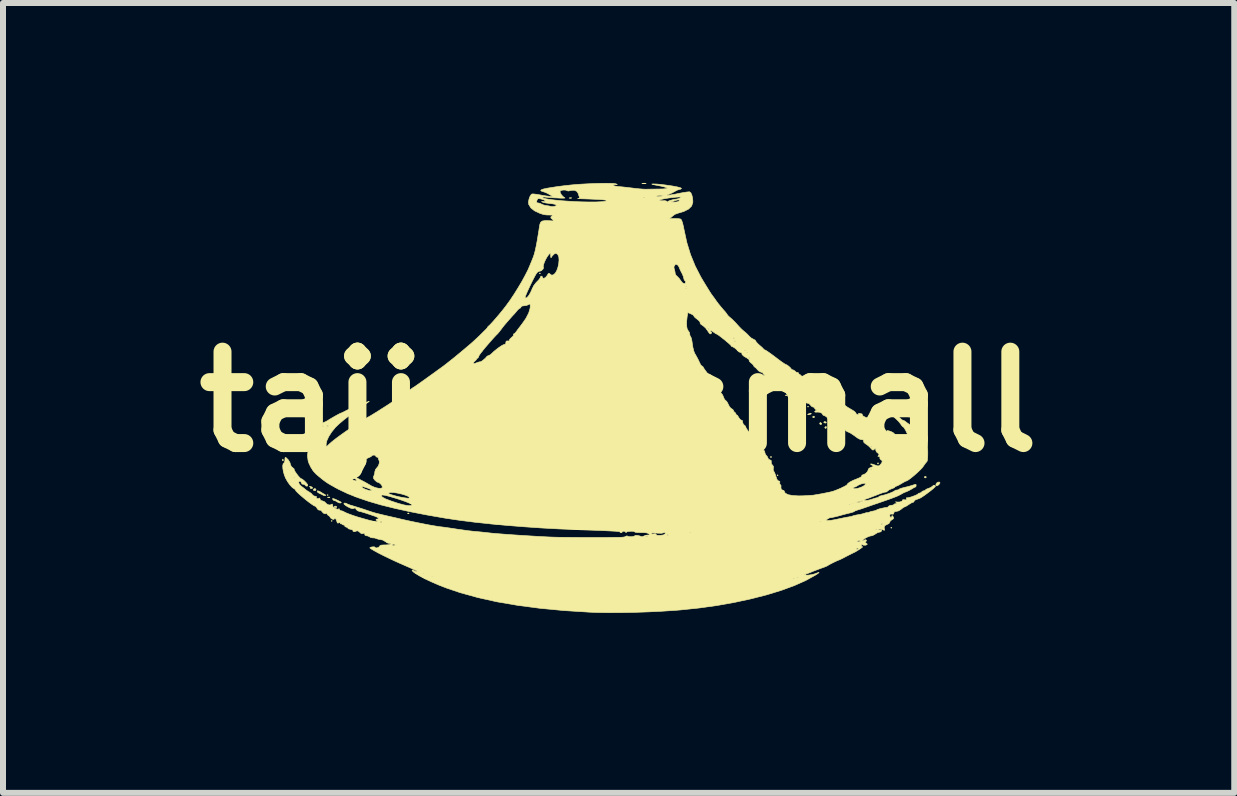
<source format=kicad_pcb>
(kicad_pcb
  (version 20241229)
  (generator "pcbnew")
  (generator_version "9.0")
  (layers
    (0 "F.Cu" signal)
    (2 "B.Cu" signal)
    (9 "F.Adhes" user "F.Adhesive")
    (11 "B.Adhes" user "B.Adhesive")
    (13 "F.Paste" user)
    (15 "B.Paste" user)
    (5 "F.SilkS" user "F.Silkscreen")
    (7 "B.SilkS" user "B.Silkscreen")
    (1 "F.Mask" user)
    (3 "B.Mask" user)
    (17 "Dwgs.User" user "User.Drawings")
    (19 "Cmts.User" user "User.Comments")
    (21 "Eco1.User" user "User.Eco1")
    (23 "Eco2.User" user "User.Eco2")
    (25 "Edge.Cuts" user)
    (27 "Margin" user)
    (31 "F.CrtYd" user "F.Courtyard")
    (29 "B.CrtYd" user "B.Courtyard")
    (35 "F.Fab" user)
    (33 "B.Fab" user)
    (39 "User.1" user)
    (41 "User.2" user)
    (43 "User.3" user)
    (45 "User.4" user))
  (footprint "tajinS_small"
    (layer "F.Cu")
    (at 7.264 3.648)
    (property "Reference" "tajinS_small" (at 0 0 0) (layer "F.SilkS") (effects (font (size 1.524 1.524) (thickness 0.3))))
    (attr through_hole)
    (fp_poly (pts (xy -4.843 1.556) (xy -4.851 1.562) (xy -4.86 1.556) (xy -4.851 1.549) (xy -4.843 1.556)) (stroke (width 0.01) (type solid)) (fill yes) (layer "F.SilkS"))
    (fp_poly (pts (xy -4.775 1.988) (xy -4.784 1.994) (xy -4.792 1.988) (xy -4.784 1.981) (xy -4.775 1.988)) (stroke (width 0.01) (type solid)) (fill yes) (layer "F.SilkS"))
    (fp_poly (pts (xy -1.304 -2.14) (xy -1.312 -2.134) (xy -1.321 -2.14) (xy -1.312 -2.146) (xy -1.304 -2.14)) (stroke (width 0.01) (type solid)) (fill yes) (layer "F.SilkS"))
    (fp_poly (pts (xy 2.659 1.226) (xy 2.65 1.232) (xy 2.642 1.226) (xy 2.65 1.219) (xy 2.659 1.226)) (stroke (width 0.01) (type solid)) (fill yes) (layer "F.SilkS"))
    (fp_poly (pts (xy 3.167 0.083) (xy 3.158 0.089) (xy 3.15 0.083) (xy 3.158 0.076) (xy 3.167 0.083)) (stroke (width 0.01) (type solid)) (fill yes) (layer "F.SilkS"))
    (fp_poly (pts (xy 3.522 0.489) (xy 3.514 0.495) (xy 3.505 0.489) (xy 3.514 0.483) (xy 3.522 0.489)) (stroke (width 0.01) (type solid)) (fill yes) (layer "F.SilkS"))
    (fp_poly (pts (xy 4.453 0.133) (xy 4.445 0.14) (xy 4.437 0.133) (xy 4.445 0.127) (xy 4.453 0.133)) (stroke (width 0.01) (type solid)) (fill yes) (layer "F.SilkS"))
    (fp_poly (pts (xy 4.555 2.102) (xy 4.547 2.108) (xy 4.538 2.102) (xy 4.547 2.095) (xy 4.555 2.102)) (stroke (width 0.01) (type solid)) (fill yes) (layer "F.SilkS"))
    (fp_poly (pts (xy -5.593 0.963) (xy -5.591 0.983) (xy -5.595 0.987) (xy -5.602 0.983) (xy -5.604 0.97) (xy -5.599 0.957) (xy -5.593 0.963)) (stroke (width 0.01) (type solid)) (fill yes) (layer "F.SilkS"))
    (fp_poly (pts (xy -4.814 1.593) (xy -4.819 1.598) (xy -4.836 1.599) (xy -4.854 1.596) (xy -4.846 1.592) (xy -4.82 1.59) (xy -4.814 1.593)) (stroke (width 0.01) (type solid)) (fill yes) (layer "F.SilkS"))
    (fp_poly (pts (xy -3.494 1.858) (xy -3.496 1.866) (xy -3.505 1.867) (xy -3.519 1.862) (xy -3.516 1.858) (xy -3.496 1.857) (xy -3.494 1.858)) (stroke (width 0.01) (type solid)) (fill yes) (layer "F.SilkS"))
    (fp_poly (pts (xy -0.784 -3.399) (xy -0.789 -3.393) (xy -0.806 -3.392) (xy -0.824 -3.395) (xy -0.816 -3.4) (xy -0.79 -3.401) (xy -0.784 -3.399)) (stroke (width 0.01) (type solid)) (fill yes) (layer "F.SilkS"))
    (fp_poly (pts (xy 2.213 0.5) (xy 2.21 0.507) (xy 2.201 0.508) (xy 2.187 0.503) (xy 2.19 0.5) (xy 2.21 0.498) (xy 2.213 0.5)) (stroke (width 0.01) (type solid)) (fill yes) (layer "F.SilkS"))
    (fp_poly (pts (xy 2.551 0.919) (xy 2.549 0.926) (xy 2.54 0.927) (xy 2.526 0.922) (xy 2.529 0.919) (xy 2.549 0.917) (xy 2.551 0.919)) (stroke (width 0.01) (type solid)) (fill yes) (layer "F.SilkS"))
    (fp_poly (pts (xy 2.805 -0.11) (xy 2.803 -0.103) (xy 2.794 -0.102) (xy 2.78 -0.106) (xy 2.783 -0.11) (xy 2.803 -0.112) (xy 2.805 -0.11)) (stroke (width 0.01) (type solid)) (fill yes) (layer "F.SilkS"))
    (fp_poly (pts (xy 3.094 0.107) (xy 3.089 0.112) (xy 3.072 0.113) (xy 3.054 0.11) (xy 3.062 0.106) (xy 3.088 0.104) (xy 3.094 0.107)) (stroke (width 0.01) (type solid)) (fill yes) (layer "F.SilkS"))
    (fp_poly (pts (xy 4.329 1.02) (xy 4.331 1.035) (xy 4.329 1.037) (xy 4.319 1.035) (xy 4.318 1.029) (xy 4.324 1.018) (xy 4.329 1.02)) (stroke (width 0.01) (type solid)) (fill yes) (layer "F.SilkS"))
    (fp_poly (pts (xy -5.048 1.458) (xy -5.046 1.467) (xy -5.057 1.484) (xy -5.08 1.481) (xy -5.085 1.478) (xy -5.089 1.462) (xy -5.071 1.449) (xy -5.062 1.448) (xy -5.048 1.458)) (stroke (width 0.01) (type solid)) (fill yes) (layer "F.SilkS"))
    (fp_poly (pts (xy -4.945 0.416) (xy -4.945 0.419) (xy -4.957 0.431) (xy -4.961 0.432) (xy -4.978 0.422) (xy -4.978 0.419) (xy -4.966 0.407) (xy -4.961 0.406) (xy -4.945 0.416)) (stroke (width 0.01) (type solid)) (fill yes) (layer "F.SilkS"))
    (fp_poly (pts (xy -4.702 1.749) (xy -4.699 1.753) (xy -4.703 1.763) (xy -4.715 1.765) (xy -4.738 1.759) (xy -4.741 1.753) (xy -4.729 1.74) (xy -4.725 1.74) (xy -4.702 1.749)) (stroke (width 0.01) (type solid)) (fill yes) (layer "F.SilkS"))
    (fp_poly (pts (xy 0.453 -3.641) (xy 0.458 -3.637) (xy 0.435 -3.635) (xy 0.423 -3.635) (xy 0.393 -3.636) (xy 0.389 -3.64) (xy 0.394 -3.641) (xy 0.437 -3.643) (xy 0.453 -3.641)) (stroke (width 0.01) (type solid)) (fill yes) (layer "F.SilkS"))
    (fp_poly (pts (xy 3.212 0.194) (xy 3.209 0.203) (xy 3.185 0.214) (xy 3.17 0.216) (xy 3.151 0.214) (xy 3.163 0.205) (xy 3.167 0.203) (xy 3.198 0.192) (xy 3.212 0.194)) (stroke (width 0.01) (type solid)) (fill yes) (layer "F.SilkS"))
    (fp_poly (pts (xy 3.268 0.251) (xy 3.268 0.254) (xy 3.255 0.266) (xy 3.251 0.267) (xy 3.235 0.257) (xy 3.234 0.254) (xy 3.247 0.242) (xy 3.251 0.241) (xy 3.268 0.251)) (stroke (width 0.01) (type solid)) (fill yes) (layer "F.SilkS"))
    (fp_poly (pts (xy 3.37 0.349) (xy 3.386 0.365) (xy 3.387 0.369) (xy 3.374 0.381) (xy 3.37 0.381) (xy 3.355 0.371) (xy 3.353 0.361) (xy 3.361 0.348) (xy 3.37 0.349)) (stroke (width 0.01) (type solid)) (fill yes) (layer "F.SilkS"))
    (fp_poly (pts (xy 3.459 0.339) (xy 3.463 0.343) (xy 3.459 0.354) (xy 3.447 0.356) (xy 3.424 0.349) (xy 3.421 0.343) (xy 3.433 0.331) (xy 3.436 0.33) (xy 3.459 0.339)) (stroke (width 0.01) (type solid)) (fill yes) (layer "F.SilkS"))
    (fp_poly (pts (xy 3.464 0.418) (xy 3.466 0.426) (xy 3.458 0.443) (xy 3.452 0.445) (xy 3.438 0.435) (xy 3.437 0.433) (xy 3.45 0.415) (xy 3.452 0.414) (xy 3.464 0.418)) (stroke (width 0.01) (type solid)) (fill yes) (layer "F.SilkS"))
    (fp_poly (pts (xy 5.13 1.254) (xy 5.131 1.257) (xy 5.118 1.27) (xy 5.114 1.27) (xy 5.097 1.26) (xy 5.097 1.257) (xy 5.11 1.245) (xy 5.114 1.245) (xy 5.13 1.254)) (stroke (width 0.01) (type solid)) (fill yes) (layer "F.SilkS"))
    (fp_poly (pts (xy 5.358 1.355) (xy 5.342 1.38) (xy 5.337 1.385) (xy 5.31 1.403) (xy 5.294 1.4) (xy 5.29 1.375) (xy 5.309 1.35) (xy 5.326 1.341) (xy 5.353 1.34) (xy 5.358 1.355)) (stroke (width 0.01) (type solid)) (fill yes) (layer "F.SilkS"))
    (fp_poly (pts (xy -5.141 1.413) (xy -5.113 1.422) (xy -5.101 1.435) (xy -5.109 1.446) (xy -5.122 1.448) (xy -5.141 1.442) (xy -5.14 1.436) (xy -5.144 1.422) (xy -5.152 1.417) (xy -5.156 1.413) (xy -5.141 1.413)) (stroke (width 0.01) (type solid)) (fill yes) (layer "F.SilkS"))
    (fp_poly (pts (xy -4.988 1.494) (xy -4.964 1.508) (xy -4.926 1.532) (xy -4.902 1.544) (xy -4.883 1.558) (xy -4.888 1.566) (xy -4.913 1.565) (xy -4.923 1.56) (xy -4.953 1.544) (xy -4.98 1.532) (xy -5.01 1.516) (xy -5.026 1.499) (xy -5.022 1.487) (xy -5.014 1.486) (xy -4.988 1.494)) (stroke (width 0.01) (type solid)) (fill yes) (layer "F.SilkS"))
    (fp_poly (pts (xy -4.743 1.619) (xy -4.706 1.634) (xy -4.667 1.653) (xy -4.635 1.67) (xy -4.623 1.68) (xy -4.635 1.689) (xy -4.661 1.686) (xy -4.688 1.673) (xy -4.691 1.67) (xy -4.718 1.654) (xy -4.733 1.651) (xy -4.757 1.641) (xy -4.764 1.632) (xy -4.768 1.615) (xy -4.765 1.613) (xy -4.743 1.619)) (stroke (width 0.01) (type solid)) (fill yes) (layer "F.SilkS"))
    (fp_poly (pts (xy 3.055 0.003) (xy 3.074 0.018) (xy 3.091 0.048) (xy 3.087 0.069) (xy 3.068 0.076) (xy 3.037 0.063) (xy 3.034 0.061) (xy 3.017 0.035) (xy 3.014 0.023) (xy 3.005 0.003) (xy 2.986 0.003) (xy 2.974 0.013) (xy 2.969 0.016) (xy 2.97 0.01) (xy 2.988 -0.007) (xy 3.02 -0.01) (xy 3.055 0.003)) (stroke (width 0.01) (type solid)) (fill yes) (layer "F.SilkS"))
    (fp_poly (pts (xy -0.125 -3.641) (xy -0.071 -3.638) (xy -0.051 -3.634) (xy -0.023 -3.625) (xy -0.025 -3.621) (xy -0.046 -3.62) (xy -0.084 -3.616) (xy -0.092 -3.609) (xy -0.074 -3.599) (xy -0.032 -3.591) (xy -0.004 -3.588) (xy 0.06 -3.582) (xy 0.141 -3.573) (xy 0.225 -3.563) (xy 0.242 -3.561) (xy 0.318 -3.552) (xy 0.389 -3.546) (xy 0.442 -3.543) (xy 0.454 -3.543) (xy 0.5 -3.544) (xy 0.568 -3.545) (xy 0.644 -3.546) (xy 0.665 -3.546) (xy 0.747 -3.548) (xy 0.796 -3.553) (xy 0.813 -3.561) (xy 0.813 -3.561) (xy 0.797 -3.57) (xy 0.756 -3.583) (xy 0.697 -3.597) (xy 0.665 -3.603) (xy 0.598 -3.616) (xy 0.562 -3.624) (xy 0.554 -3.629) (xy 0.571 -3.631) (xy 0.584 -3.631) (xy 0.635 -3.629) (xy 0.705 -3.623) (xy 0.778 -3.614) (xy 0.779 -3.614) (xy 0.897 -3.597) (xy 0.981 -3.581) (xy 1.032 -3.567) (xy 1.049 -3.555) (xy 1.034 -3.544) (xy 1.011 -3.539) (xy 0.971 -3.525) (xy 0.935 -3.505) (xy 0.891 -3.481) (xy 0.842 -3.461) (xy 0.81 -3.448) (xy 0.808 -3.442) (xy 0.831 -3.443) (xy 0.877 -3.449) (xy 0.942 -3.46) (xy 1.008 -3.474) (xy 1.077 -3.487) (xy 1.136 -3.496) (xy 1.176 -3.5) (xy 1.185 -3.499) (xy 1.205 -3.482) (xy 1.221 -3.447) (xy 1.233 -3.399) (xy 1.238 -3.345) (xy 1.237 -3.323) (xy 1.218 -3.263) (xy 1.168 -3.213) (xy 1.087 -3.172) (xy 1.002 -3.147) (xy 0.937 -3.124) (xy 0.901 -3.096) (xy 0.871 -3.07) (xy 0.839 -3.056) (xy 0.836 -3.053) (xy 0.861 -3.052) (xy 0.909 -3.054) (xy 0.909 -3.054) (xy 0.975 -3.054) (xy 1.022 -3.049) (xy 1.038 -3.044) (xy 1.051 -3.024) (xy 1.066 -2.982) (xy 1.081 -2.92) (xy 1.091 -2.87) (xy 1.138 -2.653) (xy 1.199 -2.454) (xy 1.276 -2.265) (xy 1.371 -2.08) (xy 1.388 -2.051) (xy 1.418 -2.001) (xy 1.452 -1.945) (xy 1.486 -1.89) (xy 1.517 -1.84) (xy 1.542 -1.801) (xy 1.557 -1.78) (xy 1.558 -1.778) (xy 1.574 -1.757) (xy 1.6 -1.722) (xy 1.624 -1.687) (xy 1.661 -1.637) (xy 1.707 -1.58) (xy 1.743 -1.538) (xy 1.777 -1.5) (xy 1.801 -1.469) (xy 1.812 -1.452) (xy 1.812 -1.452) (xy 1.823 -1.437) (xy 1.849 -1.412) (xy 1.86 -1.403) (xy 1.901 -1.367) (xy 1.943 -1.325) (xy 1.953 -1.314) (xy 2.003 -1.259) (xy 2.041 -1.219) (xy 2.077 -1.186) (xy 2.105 -1.163) (xy 2.144 -1.128) (xy 2.176 -1.095) (xy 2.18 -1.09) (xy 2.213 -1.061) (xy 2.246 -1.043) (xy 2.276 -1.027) (xy 2.286 -1.012) (xy 2.297 -0.994) (xy 2.324 -0.965) (xy 2.353 -0.939) (xy 2.39 -0.907) (xy 2.414 -0.883) (xy 2.421 -0.873) (xy 2.435 -0.864) (xy 2.439 -0.864) (xy 2.457 -0.855) (xy 2.493 -0.831) (xy 2.543 -0.796) (xy 2.601 -0.753) (xy 2.614 -0.743) (xy 2.673 -0.698) (xy 2.724 -0.661) (xy 2.762 -0.635) (xy 2.783 -0.623) (xy 2.785 -0.622) (xy 2.806 -0.613) (xy 2.836 -0.592) (xy 2.863 -0.567) (xy 2.878 -0.548) (xy 2.879 -0.545) (xy 2.892 -0.534) (xy 2.9 -0.533) (xy 2.925 -0.524) (xy 2.943 -0.508) (xy 2.965 -0.49) (xy 2.981 -0.489) (xy 2.995 -0.486) (xy 2.997 -0.478) (xy 3.011 -0.458) (xy 3.023 -0.453) (xy 3.045 -0.435) (xy 3.048 -0.425) (xy 3.059 -0.41) (xy 3.07 -0.409) (xy 3.096 -0.403) (xy 3.13 -0.385) (xy 3.136 -0.381) (xy 3.168 -0.358) (xy 3.217 -0.325) (xy 3.274 -0.286) (xy 3.303 -0.267) (xy 3.368 -0.222) (xy 3.435 -0.176) (xy 3.493 -0.136) (xy 3.508 -0.125) (xy 3.554 -0.094) (xy 3.593 -0.07) (xy 3.615 -0.059) (xy 3.638 -0.042) (xy 3.641 -0.033) (xy 3.651 -0.019) (xy 3.67 -0.022) (xy 3.69 -0.026) (xy 3.684 -0.016) (xy 3.677 -0.009) (xy 3.663 0.008) (xy 3.674 0.013) (xy 3.683 0.013) (xy 3.712 0.021) (xy 3.75 0.044) (xy 3.768 0.057) (xy 3.819 0.093) (xy 3.876 0.127) (xy 3.888 0.134) (xy 3.927 0.158) (xy 3.951 0.18) (xy 3.954 0.188) (xy 3.968 0.208) (xy 3.986 0.214) (xy 4.007 0.213) (xy 4.004 0.202) (xy 4.001 0.192) (xy 4.02 0.195) (xy 4.049 0.202) (xy 4.057 0.203) (xy 4.063 0.214) (xy 4.064 0.223) (xy 4.078 0.24) (xy 4.113 0.258) (xy 4.123 0.261) (xy 4.16 0.277) (xy 4.178 0.292) (xy 4.178 0.295) (xy 4.188 0.31) (xy 4.199 0.312) (xy 4.249 0.322) (xy 4.292 0.347) (xy 4.31 0.37) (xy 4.322 0.388) (xy 4.334 0.382) (xy 4.337 0.38) (xy 4.349 0.369) (xy 4.352 0.378) (xy 4.363 0.397) (xy 4.392 0.423) (xy 4.398 0.427) (xy 4.429 0.451) (xy 4.444 0.468) (xy 4.445 0.47) (xy 4.455 0.488) (xy 4.458 0.49) (xy 4.47 0.49) (xy 4.47 0.486) (xy 4.482 0.481) (xy 4.511 0.487) (xy 4.547 0.5) (xy 4.579 0.517) (xy 4.598 0.534) (xy 4.598 0.535) (xy 4.616 0.561) (xy 4.647 0.589) (xy 4.681 0.613) (xy 4.71 0.628) (xy 4.724 0.629) (xy 4.739 0.631) (xy 4.741 0.64) (xy 4.73 0.654) (xy 4.716 0.652) (xy 4.694 0.653) (xy 4.691 0.659) (xy 4.704 0.672) (xy 4.716 0.673) (xy 4.737 0.684) (xy 4.742 0.702) (xy 4.75 0.738) (xy 4.773 0.758) (xy 4.8 0.758) (xy 4.819 0.745) (xy 4.812 0.728) (xy 4.807 0.696) (xy 4.818 0.667) (xy 4.832 0.625) (xy 4.826 0.576) (xy 4.825 0.571) (xy 4.81 0.528) (xy 4.79 0.485) (xy 4.769 0.448) (xy 4.752 0.424) (xy 4.743 0.419) (xy 4.73 0.409) (xy 4.71 0.382) (xy 4.701 0.369) (xy 4.673 0.333) (xy 4.63 0.29) (xy 4.587 0.252) (xy 4.546 0.218) (xy 4.517 0.189) (xy 4.505 0.173) (xy 4.505 0.172) (xy 4.513 0.17) (xy 4.528 0.181) (xy 4.558 0.199) (xy 4.578 0.203) (xy 4.602 0.21) (xy 4.606 0.216) (xy 4.619 0.228) (xy 4.627 0.229) (xy 4.65 0.239) (xy 4.68 0.262) (xy 4.691 0.272) (xy 4.719 0.298) (xy 4.739 0.31) (xy 4.743 0.31) (xy 4.76 0.315) (xy 4.787 0.334) (xy 4.787 0.334) (xy 4.819 0.358) (xy 4.865 0.389) (xy 4.899 0.411) (xy 4.945 0.445) (xy 4.983 0.48) (xy 4.998 0.5) (xy 5.019 0.533) (xy 5.041 0.556) (xy 5.041 0.557) (xy 5.06 0.579) (xy 5.063 0.59) (xy 5.077 0.609) (xy 5.088 0.614) (xy 5.108 0.631) (xy 5.114 0.651) (xy 5.123 0.681) (xy 5.135 0.697) (xy 5.144 0.715) (xy 5.15 0.752) (xy 5.154 0.801) (xy 5.155 0.856) (xy 5.154 0.909) (xy 5.151 0.956) (xy 5.145 0.989) (xy 5.138 1.001) (xy 5.123 1.017) (xy 5.1 1.048) (xy 5.081 1.076) (xy 5.058 1.106) (xy 5.02 1.145) (xy 4.973 1.189) (xy 4.923 1.233) (xy 4.875 1.272) (xy 4.833 1.303) (xy 4.805 1.319) (xy 4.798 1.321) (xy 4.78 1.328) (xy 4.745 1.347) (xy 4.715 1.365) (xy 4.672 1.39) (xy 4.637 1.406) (xy 4.624 1.41) (xy 4.607 1.419) (xy 4.606 1.423) (xy 4.592 1.436) (xy 4.557 1.449) (xy 4.555 1.45) (xy 4.513 1.467) (xy 4.486 1.488) (xy 4.467 1.504) (xy 4.455 1.506) (xy 4.435 1.508) (xy 4.393 1.521) (xy 4.336 1.542) (xy 4.301 1.556) (xy 4.236 1.581) (xy 4.18 1.603) (xy 4.14 1.617) (xy 4.13 1.62) (xy 4.103 1.632) (xy 4.098 1.64) (xy 4.112 1.647) (xy 4.147 1.645) (xy 4.194 1.635) (xy 4.244 1.619) (xy 4.247 1.618) (xy 4.287 1.605) (xy 4.314 1.6) (xy 4.333 1.592) (xy 4.335 1.588) (xy 4.349 1.576) (xy 4.381 1.567) (xy 4.423 1.557) (xy 4.476 1.541) (xy 4.529 1.522) (xy 4.574 1.503) (xy 4.601 1.488) (xy 4.606 1.483) (xy 4.62 1.475) (xy 4.64 1.473) (xy 4.667 1.468) (xy 4.674 1.462) (xy 4.688 1.452) (xy 4.727 1.439) (xy 4.771 1.428) (xy 4.833 1.413) (xy 4.888 1.397) (xy 4.915 1.388) (xy 4.947 1.378) (xy 4.96 1.382) (xy 4.961 1.397) (xy 4.956 1.418) (xy 4.949 1.422) (xy 4.928 1.43) (xy 4.897 1.449) (xy 4.894 1.451) (xy 4.846 1.478) (xy 4.801 1.499) (xy 4.763 1.513) (xy 4.742 1.524) (xy 4.741 1.524) (xy 4.723 1.535) (xy 4.689 1.553) (xy 4.682 1.557) (xy 4.661 1.567) (xy 4.635 1.579) (xy 4.601 1.592) (xy 4.554 1.61) (xy 4.49 1.633) (xy 4.404 1.663) (xy 4.292 1.702) (xy 4.284 1.704) (xy 4.192 1.736) (xy 4.126 1.759) (xy 4.077 1.776) (xy 4.042 1.788) (xy 4.013 1.797) (xy 3.986 1.805) (xy 3.984 1.806) (xy 3.947 1.819) (xy 3.929 1.829) (xy 3.929 1.83) (xy 3.914 1.838) (xy 3.875 1.85) (xy 3.831 1.861) (xy 3.774 1.875) (xy 3.729 1.887) (xy 3.708 1.893) (xy 3.677 1.902) (xy 3.631 1.914) (xy 3.582 1.925) (xy 3.542 1.933) (xy 3.522 1.935) (xy 3.505 1.942) (xy 3.481 1.957) (xy 3.46 1.974) (xy 3.466 1.98) (xy 3.498 1.981) (xy 3.539 1.978) (xy 3.599 1.968) (xy 3.666 1.954) (xy 3.666 1.954) (xy 3.733 1.94) (xy 3.794 1.928) (xy 3.835 1.921) (xy 3.877 1.913) (xy 3.903 1.905) (xy 3.93 1.896) (xy 3.975 1.887) (xy 3.988 1.885) (xy 4.045 1.875) (xy 4.096 1.861) (xy 4.102 1.859) (xy 4.134 1.849) (xy 4.149 1.849) (xy 4.149 1.849) (xy 4.159 1.85) (xy 4.17 1.845) (xy 4.201 1.833) (xy 4.245 1.823) (xy 4.246 1.823) (xy 4.283 1.815) (xy 4.301 1.806) (xy 4.301 1.805) (xy 4.316 1.797) (xy 4.351 1.786) (xy 4.397 1.775) (xy 4.441 1.766) (xy 4.471 1.762) (xy 4.475 1.763) (xy 4.492 1.755) (xy 4.498 1.746) (xy 4.521 1.731) (xy 4.548 1.727) (xy 4.579 1.723) (xy 4.589 1.714) (xy 4.603 1.703) (xy 4.614 1.702) (xy 4.637 1.695) (xy 4.634 1.68) (xy 4.619 1.672) (xy 4.617 1.669) (xy 4.642 1.672) (xy 4.644 1.672) (xy 4.683 1.672) (xy 4.717 1.663) (xy 4.735 1.648) (xy 4.733 1.639) (xy 4.741 1.634) (xy 4.767 1.635) (xy 4.797 1.637) (xy 4.801 1.626) (xy 4.799 1.62) (xy 4.797 1.603) (xy 4.812 1.602) (xy 4.838 1.599) (xy 4.88 1.587) (xy 4.927 1.57) (xy 4.968 1.553) (xy 4.992 1.538) (xy 4.995 1.534) (xy 5.009 1.525) (xy 5.019 1.524) (xy 5.045 1.514) (xy 5.052 1.505) (xy 5.075 1.488) (xy 5.088 1.486) (xy 5.111 1.479) (xy 5.114 1.473) (xy 5.128 1.46) (xy 5.163 1.446) (xy 5.165 1.446) (xy 5.207 1.429) (xy 5.234 1.408) (xy 5.255 1.392) (xy 5.276 1.395) (xy 5.283 1.41) (xy 5.272 1.425) (xy 5.242 1.452) (xy 5.199 1.487) (xy 5.15 1.524) (xy 5.101 1.56) (xy 5.058 1.589) (xy 5.028 1.607) (xy 5.026 1.608) (xy 4.984 1.624) (xy 4.957 1.633) (xy 4.932 1.648) (xy 4.928 1.659) (xy 4.917 1.675) (xy 4.91 1.676) (xy 4.887 1.684) (xy 4.852 1.705) (xy 4.838 1.714) (xy 4.802 1.738) (xy 4.775 1.751) (xy 4.77 1.753) (xy 4.751 1.761) (xy 4.722 1.783) (xy 4.713 1.791) (xy 4.671 1.819) (xy 4.63 1.829) (xy 4.598 1.835) (xy 4.589 1.855) (xy 4.582 1.874) (xy 4.556 1.874) (xy 4.555 1.873) (xy 4.53 1.872) (xy 4.522 1.888) (xy 4.521 1.898) (xy 4.528 1.922) (xy 4.542 1.93) (xy 4.554 1.92) (xy 4.556 1.908) (xy 4.56 1.897) (xy 4.571 1.908) (xy 4.577 1.916) (xy 4.587 1.941) (xy 4.573 1.958) (xy 4.559 1.966) (xy 4.53 1.988) (xy 4.521 2.008) (xy 4.507 2.032) (xy 4.481 2.044) (xy 4.439 2.066) (xy 4.427 2.1) (xy 4.432 2.121) (xy 4.436 2.141) (xy 4.421 2.141) (xy 4.406 2.135) (xy 4.363 2.122) (xy 4.338 2.125) (xy 4.335 2.133) (xy 4.347 2.14) (xy 4.36 2.138) (xy 4.382 2.14) (xy 4.386 2.151) (xy 4.372 2.169) (xy 4.359 2.172) (xy 4.324 2.18) (xy 4.309 2.188) (xy 4.264 2.216) (xy 4.236 2.231) (xy 4.218 2.235) (xy 4.217 2.235) (xy 4.183 2.242) (xy 4.14 2.26) (xy 4.099 2.283) (xy 4.07 2.305) (xy 4.064 2.316) (xy 4.073 2.321) (xy 4.084 2.314) (xy 4.113 2.3) (xy 4.13 2.307) (xy 4.132 2.318) (xy 4.121 2.335) (xy 4.112 2.337) (xy 4.107 2.343) (xy 4.124 2.355) (xy 4.144 2.372) (xy 4.143 2.383) (xy 4.112 2.393) (xy 4.076 2.39) (xy 4.06 2.381) (xy 4.051 2.382) (xy 4.047 2.398) (xy 4.053 2.418) (xy 4.068 2.418) (xy 4.07 2.42) (xy 4.051 2.436) (xy 4.03 2.451) (xy 3.984 2.481) (xy 3.94 2.507) (xy 3.927 2.513) (xy 3.89 2.531) (xy 3.838 2.557) (xy 3.78 2.587) (xy 3.779 2.588) (xy 3.729 2.614) (xy 3.689 2.633) (xy 3.669 2.641) (xy 3.668 2.642) (xy 3.65 2.648) (xy 3.614 2.665) (xy 3.57 2.686) (xy 3.528 2.708) (xy 3.497 2.725) (xy 3.488 2.732) (xy 3.47 2.741) (xy 3.429 2.758) (xy 3.378 2.776) (xy 3.309 2.802) (xy 3.238 2.829) (xy 3.198 2.846) (xy 3.152 2.864) (xy 3.117 2.873) (xy 3.106 2.872) (xy 3.102 2.873) (xy 3.107 2.881) (xy 3.134 2.892) (xy 3.169 2.891) (xy 3.222 2.883) (xy 3.258 2.874) (xy 3.29 2.863) (xy 3.297 2.86) (xy 3.333 2.847) (xy 3.342 2.848) (xy 3.324 2.864) (xy 3.282 2.891) (xy 3.122 2.98) (xy 2.931 3.065) (xy 2.713 3.145) (xy 2.472 3.219) (xy 2.21 3.286) (xy 1.932 3.346) (xy 1.64 3.398) (xy 1.337 3.44) (xy 1.028 3.472) (xy 0.94 3.479) (xy 0.724 3.493) (xy 0.498 3.504) (xy 0.268 3.512) (xy 0.043 3.516) (xy -0.171 3.517) (xy -0.364 3.514) (xy -0.483 3.509) (xy -0.912 3.482) (xy -1.312 3.444) (xy -1.684 3.395) (xy -2.029 3.336) (xy -2.348 3.265) (xy -2.644 3.183) (xy -2.871 3.106) (xy -2.995 3.058) (xy -3.115 3.006) (xy -3.226 2.954) (xy -3.252 2.94) (xy 2.913 2.94) (xy 2.921 2.946) (xy 2.929 2.94) (xy 2.921 2.934) (xy 2.913 2.94) (xy -3.252 2.94) (xy -3.276 2.927) (xy 2.98 2.927) (xy 2.989 2.934) (xy 2.997 2.927) (xy 2.989 2.921) (xy 2.98 2.927) (xy -3.276 2.927) (xy -3.3 2.915) (xy -3.116 2.915) (xy -3.107 2.921) (xy -3.099 2.915) (xy -3.107 2.908) (xy -3.116 2.915) (xy -3.3 2.915) (xy -3.321 2.904) (xy -3.389 2.862) (xy -3.279 2.862) (xy -3.277 2.869) (xy -3.268 2.87) (xy -3.254 2.866) (xy -3.257 2.862) (xy -3.277 2.86) (xy -3.279 2.862) (xy -3.389 2.862) (xy -3.394 2.859) (xy -3.427 2.834) (xy -3.444 2.813) (xy -3.438 2.806) (xy -3.413 2.816) (xy -3.411 2.818) (xy -3.384 2.828) (xy -3.344 2.837) (xy -3.341 2.835) (xy -3.363 2.821) (xy -3.408 2.8) (xy -3.471 2.771) (xy -3.522 2.749) (xy -3.627 2.703) (xy -3.732 2.656) (xy -3.833 2.608) (xy -3.926 2.563) (xy -4.008 2.521) (xy -4.074 2.485) (xy -4.121 2.457) (xy -4.13 2.451) (xy 3.962 2.451) (xy 3.975 2.463) (xy 3.979 2.464) (xy 3.996 2.454) (xy 3.996 2.451) (xy 3.983 2.439) (xy 3.979 2.438) (xy 3.963 2.448) (xy 3.962 2.451) (xy -4.13 2.451) (xy -4.145 2.439) (xy -4.147 2.433) (xy -4.121 2.423) (xy -4.089 2.419) (xy -4.067 2.421) (xy -4.064 2.425) (xy -4.052 2.437) (xy -4.027 2.437) (xy -4 2.427) (xy -3.988 2.413) (xy -3.976 2.398) (xy -3.951 2.39) (xy -3.904 2.388) (xy -3.885 2.388) (xy -3.776 2.388) (xy -3.762 2.399) (xy -3.751 2.4) (xy -3.728 2.393) (xy -3.725 2.388) (xy -3.739 2.376) (xy -3.751 2.375) (xy -3.773 2.382) (xy -3.776 2.388) (xy -3.885 2.388) (xy -3.834 2.385) (xy -3.801 2.38) (xy -3.793 2.375) (xy -3.807 2.364) (xy -3.826 2.362) (xy -3.859 2.353) (xy -3.887 2.333) (xy 3.966 2.333) (xy 3.983 2.336) (xy 3.992 2.337) (xy 4.022 2.332) (xy 4.03 2.324) (xy 4.019 2.312) (xy 3.989 2.32) (xy 3.979 2.324) (xy 3.966 2.333) (xy -3.887 2.333) (xy -3.892 2.33) (xy -3.93 2.307) (xy -3.966 2.299) (xy -4.012 2.291) (xy -4.038 2.281) (xy -4.075 2.27) (xy -4.098 2.27) (xy -4.13 2.265) (xy -4.148 2.255) (xy -4.181 2.238) (xy -4.202 2.235) (xy -4.228 2.226) (xy -4.233 2.208) (xy -4.237 2.19) (xy -4.253 2.194) (xy -4.257 2.196) (xy -4.278 2.202) (xy -4.302 2.19) (xy -4.316 2.177) (xy -4.344 2.155) (xy -4.364 2.153) (xy -4.376 2.158) (xy -4.403 2.167) (xy -4.425 2.163) (xy -4.43 2.15) (xy -4.428 2.146) (xy -4.436 2.137) (xy -4.468 2.128) (xy -4.47 2.127) (xy -4.503 2.119) (xy -4.513 2.109) (xy -4.513 2.109) (xy -4.52 2.098) (xy -4.54 2.091) (xy -4.563 2.081) (xy -4.564 2.071) (xy -4.567 2.059) (xy -4.579 2.057) (xy -4.603 2.05) (xy -4.606 2.044) (xy -4.616 2.036) (xy -4.623 2.038) (xy -4.637 2.035) (xy -4.64 2.025) (xy -4.644 2.011) (xy -4.663 2.018) (xy -4.664 2.019) (xy -4.681 2.025) (xy -4.692 2.013) (xy -4.696 2.002) (xy -3.974 2.002) (xy -3.971 2.007) (xy -3.956 2.019) (xy -3.953 2.019) (xy -3.946 2.009) (xy -3.945 2.007) (xy -3.958 1.994) (xy -3.963 1.994) (xy -3.974 2.002) (xy -4.696 2.002) (xy -4.7 1.988) (xy -4.711 1.961) (xy -4.726 1.944) (xy -4.738 1.943) (xy -4.741 1.956) (xy -4.752 1.963) (xy -4.775 1.956) (xy -4.802 1.938) (xy -4.809 1.925) (xy -4.823 1.906) (xy -4.834 1.9) (xy -4.856 1.883) (xy -4.86 1.87) (xy -4.865 1.857) (xy -4.873 1.863) (xy -4.894 1.869) (xy -4.921 1.858) (xy -4.945 1.833) (xy -4.95 1.824) (xy -4.97 1.808) (xy -4.986 1.808) (xy -5.009 1.802) (xy -5.027 1.777) (xy -5.045 1.751) (xy -5.063 1.74) (xy -5.064 1.74) (xy -5.084 1.731) (xy -5.121 1.706) (xy -5.169 1.671) (xy -5.222 1.629) (xy -5.275 1.585) (xy -5.323 1.543) (xy -5.36 1.508) (xy -5.382 1.484) (xy -5.385 1.477) (xy -5.398 1.458) (xy -5.409 1.452) (xy -5.443 1.428) (xy -5.482 1.385) (xy -5.521 1.33) (xy -5.551 1.276) (xy -5.556 1.264) (xy -5.419 1.264) (xy -5.41 1.27) (xy -5.402 1.264) (xy -5.41 1.257) (xy -5.419 1.264) (xy -5.556 1.264) (xy -5.573 1.223) (xy -5.589 1.166) (xy -5.598 1.112) (xy -5.6 1.067) (xy -5.593 1.036) (xy -5.585 1.027) (xy -5.571 1.009) (xy -5.564 0.977) (xy -5.563 0.968) (xy -5.562 0.937) (xy -5.556 0.928) (xy -5.54 0.936) (xy -5.537 0.939) (xy -5.505 0.972) (xy -5.48 1.015) (xy -5.469 1.053) (xy -5.469 1.053) (xy -5.458 1.078) (xy -5.435 1.099) (xy -5.413 1.117) (xy -5.409 1.127) (xy -5.407 1.141) (xy -5.391 1.169) (xy -5.366 1.205) (xy -5.339 1.24) (xy -5.314 1.268) (xy -5.296 1.283) (xy -5.293 1.283) (xy -5.272 1.293) (xy -5.242 1.317) (xy -5.211 1.348) (xy -5.189 1.376) (xy -5.182 1.393) (xy -5.191 1.408) (xy -5.211 1.406) (xy -5.227 1.39) (xy -5.246 1.376) (xy -5.259 1.377) (xy -5.279 1.372) (xy -5.286 1.356) (xy -5.299 1.331) (xy -5.317 1.324) (xy -5.332 1.335) (xy -5.334 1.349) (xy -5.322 1.377) (xy -5.293 1.408) (xy -5.287 1.412) (xy -5.252 1.438) (xy -5.225 1.46) (xy -5.223 1.462) (xy -5.197 1.482) (xy -5.159 1.505) (xy -5.159 1.505) (xy -5.124 1.529) (xy -5.104 1.552) (xy -5.104 1.553) (xy -5.081 1.571) (xy -5.061 1.575) (xy -5.038 1.58) (xy -5.039 1.589) (xy -5.037 1.607) (xy -5.028 1.614) (xy -5.001 1.615) (xy -4.992 1.609) (xy -4.982 1.606) (xy -4.979 1.622) (xy -4.966 1.646) (xy -4.94 1.653) (xy -4.904 1.667) (xy -4.886 1.685) (xy -4.864 1.706) (xy -4.833 1.72) (xy -4.806 1.722) (xy -4.795 1.714) (xy -4.779 1.707) (xy -4.774 1.708) (xy -4.766 1.724) (xy -4.769 1.733) (xy -4.762 1.751) (xy -4.733 1.773) (xy -4.727 1.777) (xy -4.69 1.793) (xy -4.671 1.792) (xy -4.668 1.788) (xy -4.66 1.783) (xy -4.658 1.794) (xy -4.645 1.813) (xy -4.632 1.816) (xy -4.6 1.824) (xy -4.585 1.832) (xy -4.55 1.85) (xy -4.493 1.873) (xy -4.421 1.899) (xy -4.341 1.925) (xy -4.257 1.949) (xy -4.178 1.971) (xy -4.107 1.989) (xy -4.053 1.999) (xy -4.021 2.001) (xy -4.016 2) (xy -4.018 1.988) (xy -4.026 1.985) (xy -4.046 1.972) (xy -4.039 1.959) (xy -4.022 1.956) (xy -3.998 1.951) (xy -4.003 1.939) (xy -4.034 1.921) (xy -4.068 1.907) (xy -4.151 1.879) (xy -4.224 1.855) (xy -4.281 1.838) (xy -4.316 1.829) (xy -4.321 1.829) (xy -4.349 1.819) (xy -4.375 1.798) (xy -4.386 1.777) (xy -4.391 1.769) (xy -4.41 1.777) (xy -4.431 1.784) (xy -4.462 1.777) (xy -4.502 1.759) (xy -4.549 1.732) (xy -4.576 1.709) (xy -4.58 1.694) (xy -4.564 1.689) (xy -4.536 1.696) (xy -4.531 1.7) (xy -4.511 1.71) (xy -4.47 1.725) (xy -4.441 1.733) (xy -4.382 1.751) (xy -4.309 1.774) (xy -4.25 1.793) (xy -4.173 1.819) (xy -4.119 1.837) (xy -4.08 1.849) (xy -4.049 1.858) (xy -4.039 1.861) (xy -4.003 1.869) (xy -3.943 1.884) (xy -3.866 1.902) (xy -3.779 1.922) (xy -3.69 1.942) (xy -3.607 1.962) (xy -3.536 1.978) (xy -3.484 1.989) (xy -3.463 1.994) (xy -3.418 2.003) (xy -3.357 2.016) (xy -3.31 2.025) (xy -3.225 2.042) (xy -3.135 2.059) (xy -3.052 2.073) (xy -2.983 2.084) (xy -2.946 2.088) (xy -2.914 2.092) (xy -2.856 2.1) (xy -2.781 2.111) (xy -2.697 2.124) (xy -2.691 2.125) (xy -2.598 2.138) (xy -2.505 2.151) (xy -2.424 2.16) (xy -2.369 2.165) (xy -2.295 2.172) (xy -2.218 2.18) (xy -2.176 2.185) (xy -2.112 2.192) (xy -2.019 2.2) (xy -1.902 2.209) (xy -1.766 2.219) (xy -1.615 2.229) (xy -1.454 2.239) (xy -1.288 2.249) (xy -1.143 2.256) (xy -1.086 2.258) (xy -1.001 2.26) (xy -0.893 2.261) (xy -0.769 2.262) (xy -0.634 2.263) (xy -0.493 2.263) (xy -0.353 2.263) (xy -0.219 2.263) (xy -0.096 2.262) (xy -0.042 2.261) (xy -0.002 2.261) (xy 0.049 2.26) (xy 0.05 2.26) (xy 0.093 2.256) (xy 0.12 2.246) (xy 0.122 2.244) (xy 0.14 2.236) (xy 0.152 2.243) (xy 0.178 2.25) (xy 0.216 2.251) (xy 0.251 2.245) (xy 0.27 2.236) (xy 0.271 2.234) (xy 0.284 2.228) (xy 0.316 2.23) (xy 0.352 2.238) (xy 0.379 2.249) (xy 0.379 2.249) (xy 0.401 2.249) (xy 0.41 2.245) (xy 0.448 2.245) (xy 0.464 2.247) (xy 0.486 2.245) (xy 0.486 2.24) (xy 0.464 2.237) (xy 0.454 2.239) (xy 0.448 2.245) (xy 0.41 2.245) (xy 0.418 2.241) (xy 0.453 2.227) (xy 0.487 2.223) (xy 0.518 2.221) (xy 0.519 2.213) (xy 0.504 2.201) (xy 0.494 2.197) (xy 0.542 2.197) (xy 0.556 2.207) (xy 0.584 2.205) (xy 0.617 2.203) (xy 0.627 2.215) (xy 0.638 2.227) (xy 0.675 2.229) (xy 0.685 2.229) (xy 0.73 2.224) (xy 0.735 2.223) (xy 0.813 2.223) (xy 0.819 2.233) (xy 0.824 2.231) (xy 0.826 2.216) (xy 0.824 2.214) (xy 0.814 2.216) (xy 0.813 2.223) (xy 0.735 2.223) (xy 0.76 2.217) (xy 0.761 2.216) (xy 0.777 2.198) (xy 0.779 2.188) (xy 0.775 2.178) (xy 1.185 2.178) (xy 1.194 2.184) (xy 1.202 2.178) (xy 1.194 2.172) (xy 1.185 2.178) (xy 0.775 2.178) (xy 0.774 2.176) (xy 0.755 2.184) (xy 0.754 2.184) (xy 0.719 2.193) (xy 0.656 2.192) (xy 0.636 2.19) (xy 0.579 2.187) (xy 0.549 2.189) (xy 0.542 2.197) (xy 0.494 2.197) (xy 0.475 2.188) (xy 0.427 2.182) (xy 0.373 2.182) (xy 0.318 2.181) (xy 0.281 2.177) (xy 0.271 2.172) (xy 0.261 2.165) (xy 0.542 2.165) (xy 0.55 2.172) (xy 0.559 2.165) (xy 0.55 2.159) (xy 0.542 2.165) (xy 0.261 2.165) (xy 0.257 2.163) (xy 0.222 2.159) (xy 0.181 2.161) (xy 0.145 2.166) (xy 0.13 2.175) (xy 0.122 2.184) (xy 0.12 2.175) (xy 0.104 2.162) (xy 0.084 2.159) (xy 0.06 2.164) (xy 0.059 2.172) (xy 0.055 2.182) (xy 0.042 2.184) (xy 0.024 2.179) (xy 0.024 2.173) (xy 0.023 2.169) (xy 0.011 2.166) (xy -0.014 2.163) (xy -0.056 2.159) (xy -0.116 2.156) (xy -0.197 2.152) (xy -0.303 2.147) (xy -0.436 2.142) (xy -0.598 2.137) (xy -0.703 2.133) (xy -0.839 2.127) (xy 4.284 2.127) (xy 4.293 2.134) (xy 4.301 2.127) (xy 4.293 2.121) (xy 4.284 2.127) (xy -0.839 2.127) (xy -0.991 2.121) (xy -1.284 2.105) (xy -1.576 2.085) (xy -1.864 2.062) (xy -2.14 2.037) (xy -2.142 2.036) (xy 4.374 2.036) (xy 4.377 2.044) (xy 4.386 2.045) (xy 4.4 2.04) (xy 4.397 2.036) (xy 4.377 2.035) (xy 4.374 2.036) (xy -2.142 2.036) (xy -2.399 2.009) (xy -2.467 2) (xy 3.353 2) (xy 3.361 2.007) (xy 3.37 2) (xy 3.361 1.994) (xy 3.353 2) (xy -2.467 2) (xy -2.637 1.979) (xy -2.847 1.948) (xy -2.887 1.942) (xy -3.202 1.887) (xy -3.485 1.832) (xy -3.739 1.776) (xy -3.968 1.719) (xy -4.172 1.659) (xy -4.356 1.596) (xy -4.418 1.572) (xy -3.957 1.572) (xy -3.935 1.593) (xy -3.883 1.621) (xy -3.799 1.653) (xy -3.795 1.655) (xy -3.674 1.695) (xy -3.577 1.721) (xy -3.506 1.733) (xy -3.46 1.732) (xy -3.443 1.72) (xy -3.454 1.708) (xy 3.844 1.708) (xy 3.852 1.714) (xy 3.861 1.708) (xy 3.852 1.702) (xy 3.844 1.708) (xy -3.454 1.708) (xy -3.454 1.708) (xy -3.484 1.693) (xy 3.9 1.693) (xy 3.903 1.701) (xy 3.912 1.702) (xy 3.926 1.697) (xy 3.923 1.693) (xy 3.903 1.692) (xy 3.9 1.693) (xy -3.484 1.693) (xy -3.491 1.69) (xy -3.505 1.684) (xy 3.954 1.684) (xy 3.956 1.688) (xy 3.984 1.684) (xy 4.026 1.673) (xy 4.032 1.671) (xy 4.063 1.659) (xy 4.068 1.653) (xy 4.064 1.652) (xy 4.038 1.656) (xy 4.004 1.665) (xy 3.972 1.675) (xy 3.954 1.684) (xy -3.505 1.684) (xy -3.547 1.667) (xy -3.616 1.642) (xy -3.692 1.617) (xy -3.768 1.594) (xy -3.838 1.574) (xy -3.896 1.56) (xy -3.934 1.555) (xy -3.946 1.556) (xy -3.957 1.572) (xy -4.418 1.572) (xy -4.522 1.53) (xy -4.524 1.529) (xy -3.834 1.529) (xy -3.814 1.541) (xy -3.771 1.556) (xy -3.712 1.573) (xy -3.647 1.588) (xy -3.584 1.6) (xy -3.556 1.604) (xy -3.519 1.609) (xy -3.501 1.611) (xy -3.489 1.604) (xy -3.489 1.603) (xy -3.497 1.585) (xy -3.527 1.568) (xy -3.582 1.549) (xy -3.617 1.539) (xy -3.69 1.523) (xy -3.753 1.513) (xy -3.802 1.512) (xy -3.831 1.518) (xy -3.834 1.529) (xy -4.524 1.529) (xy -4.672 1.459) (xy -4.735 1.424) (xy -4.281 1.424) (xy -4.263 1.44) (xy -4.23 1.457) (xy -4.215 1.463) (xy -4.159 1.481) (xy -4.124 1.484) (xy -4.115 1.476) (xy -4.129 1.465) (xy -4.164 1.448) (xy -4.21 1.431) (xy -4.256 1.417) (xy -4.28 1.415) (xy -4.281 1.424) (xy -4.735 1.424) (xy -4.809 1.383) (xy -4.817 1.378) (xy -4.861 1.351) (xy -4.899 1.324) (xy -4.941 1.293) (xy -4.991 1.251) (xy -4.993 1.25) (xy -4.496 1.25) (xy -4.483 1.266) (xy -4.462 1.282) (xy -4.42 1.308) (xy -4.387 1.32) (xy -4.37 1.315) (xy -4.369 1.309) (xy -4.382 1.292) (xy -4.414 1.271) (xy -4.452 1.253) (xy -4.484 1.245) (xy -4.485 1.245) (xy -4.496 1.25) (xy -4.993 1.25) (xy -5.042 1.208) (xy -5.089 1.158) (xy -5.11 1.125) (xy -4.446 1.125) (xy -4.436 1.13) (xy -4.424 1.141) (xy -4.428 1.167) (xy -4.43 1.203) (xy -4.411 1.235) (xy -4.368 1.268) (xy -4.301 1.304) (xy -4.245 1.333) (xy -4.194 1.361) (xy -4.166 1.378) (xy -4.11 1.41) (xy -4.053 1.432) (xy -4.001 1.444) (xy -3.961 1.444) (xy -3.94 1.432) (xy -3.938 1.422) (xy -3.948 1.395) (xy -3.97 1.368) (xy -3.996 1.349) (xy -4.008 1.346) (xy -4.03 1.337) (xy -4.059 1.313) (xy -4.063 1.309) (xy -4.086 1.278) (xy -4.087 1.252) (xy -4.081 1.239) (xy -4.068 1.199) (xy -4.064 1.167) (xy -4.053 1.13) (xy -4.032 1.104) (xy -4.007 1.073) (xy -3.992 1.033) (xy -3.988 0.996) (xy -3.998 0.97) (xy -4.008 0.949) (xy -4.005 0.94) (xy -4.009 0.929) (xy -4.021 0.927) (xy -4.044 0.917) (xy -4.047 0.908) (xy -4.061 0.893) (xy -4.081 0.889) (xy -4.108 0.894) (xy -4.115 0.902) (xy -4.129 0.916) (xy -4.161 0.93) (xy -4.196 0.946) (xy -4.244 0.976) (xy -4.294 1.011) (xy -4.296 1.012) (xy -4.341 1.045) (xy -4.378 1.069) (xy -4.4 1.079) (xy -4.401 1.079) (xy -4.422 1.089) (xy -4.437 1.105) (xy -4.446 1.125) (xy -5.11 1.125) (xy -5.131 1.093) (xy -5.164 1.024) (xy -5.177 0.984) (xy -5.188 0.901) (xy -5.178 0.822) (xy -5.145 0.741) (xy -5.096 0.662) (xy -5.039 0.581) (xy -5.076 0.558) (xy -5.104 0.54) (xy -5.114 0.528) (xy -5.103 0.521) (xy -5.077 0.528) (xy -5.055 0.541) (xy -5.034 0.554) (xy -5.014 0.551) (xy -4.986 0.533) (xy -4.958 0.51) (xy -4.945 0.494) (xy -4.945 0.493) (xy -4.956 0.483) (xy -4.979 0.485) (xy -4.999 0.498) (xy -5.001 0.502) (xy -5.022 0.518) (xy -5.033 0.521) (xy -5.046 0.518) (xy -5.033 0.51) (xy -5.017 0.491) (xy -5.017 0.482) (xy -5.019 0.47) (xy -5.017 0.472) (xy -5.001 0.471) (xy -4.988 0.464) (xy -4.928 0.464) (xy -4.919 0.47) (xy -4.911 0.464) (xy -4.919 0.457) (xy -4.928 0.464) (xy -4.988 0.464) (xy -4.971 0.455) (xy -4.96 0.448) (xy -4.94 0.432) (xy -4.877 0.432) (xy -4.871 0.442) (xy -4.866 0.44) (xy -4.863 0.425) (xy -4.866 0.423) (xy -4.876 0.425) (xy -4.877 0.432) (xy -4.94 0.432) (xy -4.929 0.422) (xy -4.925 0.404) (xy -4.928 0.4) (xy -4.928 0.399) (xy -4.872 0.399) (xy -4.86 0.406) (xy -4.833 0.418) (xy -4.829 0.414) (xy -4.834 0.406) (xy -4.859 0.394) (xy -4.865 0.394) (xy -4.872 0.399) (xy -4.928 0.399) (xy -4.937 0.379) (xy -4.93 0.356) (xy -4.913 0.343) (xy -4.91 0.343) (xy -4.889 0.335) (xy -4.857 0.318) (xy -4.811 0.289) (xy -4.758 0.258) (xy -4.707 0.229) (xy -4.664 0.206) (xy -4.637 0.192) (xy -4.632 0.191) (xy -4.614 0.184) (xy -4.577 0.166) (xy -4.538 0.146) (xy -4.489 0.122) (xy -4.448 0.106) (xy -4.428 0.102) (xy -4.406 0.096) (xy -4.403 0.09) (xy -4.388 0.079) (xy -4.352 0.065) (xy -4.331 0.058) (xy -4.268 0.036) (xy -4.204 0.011) (xy -4.191 0.005) (xy -4.163 -0.007) (xy -4.157 -0.007) (xy -4.173 0.006) (xy -4.213 0.034) (xy -4.232 0.047) (xy -4.36 0.136) (xy -4.475 0.22) (xy -4.575 0.297) (xy -4.656 0.365) (xy -4.714 0.42) (xy -4.724 0.43) (xy -4.785 0.506) (xy -4.833 0.581) (xy -4.864 0.649) (xy -4.876 0.704) (xy -4.876 0.708) (xy -4.875 0.756) (xy -4.83 0.711) (xy -4.781 0.668) (xy -4.714 0.615) (xy -4.634 0.556) (xy -4.55 0.496) (xy -4.469 0.442) (xy -4.411 0.406) (xy -4.349 0.369) (xy -4.29 0.331) (xy -4.244 0.301) (xy -4.236 0.295) (xy -4.201 0.271) (xy -4.177 0.256) (xy -4.172 0.254) (xy -4.157 0.246) (xy -4.123 0.226) (xy -4.074 0.196) (xy -4.017 0.161) (xy -3.958 0.123) (xy -3.901 0.087) (xy -3.853 0.056) (xy -3.819 0.034) (xy -3.816 0.032) (xy -3.796 0.018) (xy -3.757 -0.008) (xy -3.705 -0.042) (xy -3.673 -0.063) (xy -3.61 -0.105) (xy -3.549 -0.147) (xy -3.499 -0.182) (xy -3.485 -0.193) (xy -3.449 -0.22) (xy -3.423 -0.238) (xy -3.416 -0.241) (xy -3.402 -0.25) (xy -3.369 -0.273) (xy -3.32 -0.307) (xy -3.26 -0.35) (xy -3.23 -0.371) (xy -3.161 -0.421) (xy -3.095 -0.468) (xy -3.04 -0.508) (xy -3.002 -0.536) (xy -2.994 -0.541) (xy -2.92 -0.595) (xy -2.859 -0.642) (xy -2.422 -0.642) (xy -2.412 -0.635) (xy -2.392 -0.64) (xy -2.356 -0.653) (xy -2.353 -0.654) (xy -2.319 -0.665) (xy -2.303 -0.666) (xy -2.303 -0.666) (xy -2.293 -0.669) (xy -2.267 -0.687) (xy -2.252 -0.699) (xy -2.221 -0.726) (xy -2.203 -0.746) (xy -2.201 -0.75) (xy -2.188 -0.762) (xy -2.171 -0.767) (xy -2.139 -0.783) (xy -2.116 -0.803) (xy -2.083 -0.835) (xy -2.039 -0.871) (xy -1.993 -0.906) (xy -1.949 -0.935) (xy -1.916 -0.952) (xy -1.903 -0.955) (xy -1.884 -0.963) (xy -1.88 -0.985) (xy -1.875 -1.009) (xy -1.856 -1.014) (xy -1.847 -1.013) (xy -1.823 -1.013) (xy -1.822 -1.022) (xy -1.817 -1.04) (xy -1.792 -1.065) (xy -1.786 -1.07) (xy -1.759 -1.095) (xy -1.751 -1.114) (xy -1.752 -1.117) (xy -1.753 -1.129) (xy -1.748 -1.13) (xy -1.73 -1.14) (xy -1.709 -1.165) (xy -1.709 -1.165) (xy -1.689 -1.193) (xy -1.658 -1.234) (xy -1.621 -1.282) (xy -1.613 -1.293) (xy -1.584 -1.334) (xy 1.134 -1.334) (xy 1.134 -1.264) (xy 1.144 -1.212) (xy 1.163 -1.18) (xy 1.164 -1.179) (xy 1.181 -1.155) (xy 1.185 -1.13) (xy 1.191 -1.101) (xy 1.2 -1.085) (xy 1.21 -1.067) (xy 1.219 -1.032) (xy 1.225 -0.997) (xy 1.238 -0.91) (xy 1.253 -0.847) (xy 1.269 -0.806) (xy 1.286 -0.778) (xy 1.306 -0.741) (xy 1.309 -0.737) (xy 1.332 -0.692) (xy 1.353 -0.646) (xy 1.354 -0.645) (xy 1.37 -0.614) (xy 1.385 -0.598) (xy 1.388 -0.597) (xy 1.404 -0.587) (xy 1.411 -0.575) (xy 1.425 -0.551) (xy 1.45 -0.516) (xy 1.464 -0.498) (xy 1.489 -0.464) (xy 1.505 -0.438) (xy 1.507 -0.431) (xy 1.518 -0.413) (xy 1.541 -0.391) (xy 1.566 -0.366) (xy 1.575 -0.347) (xy 1.584 -0.332) (xy 1.59 -0.33) (xy 1.605 -0.319) (xy 1.623 -0.294) (xy 1.638 -0.263) (xy 1.645 -0.237) (xy 1.644 -0.232) (xy 1.656 -0.219) (xy 1.678 -0.216) (xy 1.703 -0.213) (xy 1.698 -0.202) (xy 1.693 -0.196) (xy 1.682 -0.179) (xy 1.693 -0.16) (xy 1.706 -0.149) (xy 1.732 -0.117) (xy 1.75 -0.077) (xy 1.751 -0.074) (xy 1.764 -0.042) (xy 1.781 -0.023) (xy 1.784 -0.021) (xy 1.802 -0.006) (xy 1.82 0.025) (xy 1.829 0.044) (xy 1.848 0.081) (xy 1.872 0.109) (xy 1.882 0.115) (xy 1.908 0.133) (xy 1.913 0.145) (xy 1.925 0.167) (xy 1.939 0.178) (xy 1.955 0.196) (xy 1.955 0.205) (xy 1.957 0.215) (xy 1.961 0.216) (xy 1.98 0.226) (xy 1.988 0.238) (xy 2.009 0.273) (xy 2.031 0.299) (xy 2.05 0.31) (xy 2.055 0.309) (xy 2.063 0.313) (xy 2.066 0.334) (xy 2.075 0.366) (xy 2.091 0.386) (xy 2.112 0.404) (xy 2.117 0.412) (xy 2.124 0.433) (xy 2.142 0.463) (xy 2.164 0.494) (xy 2.184 0.515) (xy 2.194 0.521) (xy 2.211 0.531) (xy 2.231 0.558) (xy 2.235 0.565) (xy 2.256 0.594) (xy 2.277 0.609) (xy 2.281 0.61) (xy 2.301 0.62) (xy 2.303 0.627) (xy 2.31 0.65) (xy 2.328 0.681) (xy 2.346 0.714) (xy 2.354 0.741) (xy 2.361 0.756) (xy 2.37 0.756) (xy 2.386 0.761) (xy 2.397 0.781) (xy 2.41 0.805) (xy 2.423 0.813) (xy 2.435 0.824) (xy 2.438 0.845) (xy 2.448 0.878) (xy 2.464 0.897) (xy 2.485 0.923) (xy 2.489 0.939) (xy 2.503 0.961) (xy 2.521 0.968) (xy 2.545 0.981) (xy 2.545 1.006) (xy 2.549 1.038) (xy 2.563 1.053) (xy 2.582 1.079) (xy 2.58 1.106) (xy 2.578 1.138) (xy 2.587 1.159) (xy 2.599 1.179) (xy 2.614 1.216) (xy 2.624 1.248) (xy 2.64 1.294) (xy 2.658 1.317) (xy 2.67 1.321) (xy 2.689 1.329) (xy 2.687 1.346) (xy 2.687 1.37) (xy 2.694 1.379) (xy 2.708 1.397) (xy 2.708 1.401) (xy 2.707 1.442) (xy 2.719 1.468) (xy 2.735 1.473) (xy 2.757 1.482) (xy 2.76 1.489) (xy 2.777 1.523) (xy 2.823 1.549) (xy 2.898 1.564) (xy 3.001 1.57) (xy 3.073 1.569) (xy 3.146 1.565) (xy 3.208 1.561) (xy 3.25 1.558) (xy 3.26 1.556) (xy 3.378 1.536) (xy 3.468 1.518) (xy 3.535 1.504) (xy 3.582 1.491) (xy 3.588 1.489) (xy 3.643 1.468) (xy 3.7 1.444) (xy 3.709 1.44) (xy 3.912 1.44) (xy 3.925 1.451) (xy 3.96 1.45) (xy 4.009 1.438) (xy 4.059 1.419) (xy 4.094 1.399) (xy 4.114 1.378) (xy 4.114 1.363) (xy 4.099 1.359) (xy 4.064 1.365) (xy 4.02 1.38) (xy 3.985 1.398) (xy 3.974 1.406) (xy 3.947 1.421) (xy 3.936 1.422) (xy 3.914 1.432) (xy 3.912 1.44) (xy 3.709 1.44) (xy 3.752 1.419) (xy 3.791 1.398) (xy 3.81 1.384) (xy 3.81 1.382) (xy 3.824 1.362) (xy 3.86 1.337) (xy 3.911 1.311) (xy 3.929 1.304) (xy 3.993 1.278) (xy 4.031 1.261) (xy 4.049 1.249) (xy 4.053 1.239) (xy 4.052 1.236) (xy 4.061 1.223) (xy 4.084 1.215) (xy 4.119 1.198) (xy 4.149 1.166) (xy 4.165 1.131) (xy 4.166 1.124) (xy 4.199 1.124) (xy 4.208 1.13) (xy 4.216 1.124) (xy 4.208 1.118) (xy 4.199 1.124) (xy 4.166 1.124) (xy 4.166 1.123) (xy 4.179 1.108) (xy 4.212 1.093) (xy 4.243 1.081) (xy 4.246 1.072) (xy 4.226 1.059) (xy 4.202 1.043) (xy 4.204 1.036) (xy 4.229 1.04) (xy 4.271 1.054) (xy 4.311 1.068) (xy 4.333 1.071) (xy 4.351 1.061) (xy 4.357 1.057) (xy 4.386 1.023) (xy 4.396 0.993) (xy 4.384 0.972) (xy 4.377 0.97) (xy 4.357 0.952) (xy 4.357 0.938) (xy 4.355 0.918) (xy 4.34 0.914) (xy 4.323 0.91) (xy 4.333 0.897) (xy 4.343 0.878) (xy 4.325 0.858) (xy 4.323 0.856) (xy 4.3 0.837) (xy 4.29 0.816) (xy 4.286 0.788) (xy 4.28 0.779) (xy 4.264 0.791) (xy 4.262 0.793) (xy 4.246 0.806) (xy 4.232 0.803) (xy 4.211 0.782) (xy 4.202 0.771) (xy 4.18 0.749) (xy 4.199 0.749) (xy 4.206 0.76) (xy 4.211 0.758) (xy 4.213 0.743) (xy 4.211 0.741) (xy 4.201 0.743) (xy 4.199 0.749) (xy 4.18 0.749) (xy 4.167 0.737) (xy 4.13 0.709) (xy 4.123 0.706) (xy 4.09 0.679) (xy 4.085 0.657) (xy 4.082 0.636) (xy 4.058 0.633) (xy 4.026 0.627) (xy 3.989 0.608) (xy 3.987 0.607) (xy 3.922 0.56) (xy 3.876 0.529) (xy 3.843 0.511) (xy 3.823 0.504) (xy 3.793 0.487) (xy 3.774 0.465) (xy 3.745 0.438) (xy 3.715 0.426) (xy 3.686 0.415) (xy 3.679 0.404) (xy 3.669 0.388) (xy 3.638 0.368) (xy 3.629 0.363) (xy 3.593 0.342) (xy 3.574 0.324) (xy 3.574 0.321) (xy 3.559 0.309) (xy 3.53 0.305) (xy 3.501 0.301) (xy 3.495 0.294) (xy 3.491 0.278) (xy 3.47 0.256) (xy 3.443 0.237) (xy 3.42 0.229) (xy 3.405 0.219) (xy 3.404 0.213) (xy 3.389 0.192) (xy 3.354 0.176) (xy 3.313 0.172) (xy 3.304 0.174) (xy 3.275 0.173) (xy 3.269 0.161) (xy 3.289 0.147) (xy 3.302 0.139) (xy 3.289 0.132) (xy 3.27 0.114) (xy 3.268 0.107) (xy 3.255 0.091) (xy 3.242 0.089) (xy 3.218 0.078) (xy 3.2 0.057) (xy 3.175 0.031) (xy 3.15 0.025) (xy 3.121 0.017) (xy 3.116 0) (xy 3.106 -0.02) (xy 3.072 -0.025) (xy 3.072 -0.025) (xy 3.024 -0.031) (xy 2.995 -0.039) (xy 2.959 -0.044) (xy 2.929 -0.033) (xy 2.917 -0.013) (xy 2.92 -0.004) (xy 2.919 0.011) (xy 2.912 0.013) (xy 2.901 0.002) (xy 2.896 -0.025) (xy 2.896 -0.027) (xy 2.891 -0.054) (xy 2.876 -0.06) (xy 2.872 -0.059) (xy 2.846 -0.062) (xy 2.839 -0.069) (xy 2.844 -0.084) (xy 2.87 -0.092) (xy 2.903 -0.092) (xy 2.93 -0.082) (xy 2.932 -0.08) (xy 2.952 -0.067) (xy 2.958 -0.075) (xy 2.948 -0.1) (xy 2.945 -0.105) (xy 2.943 -0.108) (xy 2.98 -0.108) (xy 2.989 -0.102) (xy 2.997 -0.108) (xy 2.989 -0.114) (xy 2.98 -0.108) (xy 2.943 -0.108) (xy 2.926 -0.127) (xy 2.899 -0.133) (xy 2.868 -0.131) (xy 2.825 -0.129) (xy 2.804 -0.14) (xy 2.801 -0.144) (xy 2.78 -0.162) (xy 2.767 -0.165) (xy 2.748 -0.176) (xy 2.743 -0.191) (xy 2.736 -0.208) (xy 2.78 -0.208) (xy 2.792 -0.18) (xy 2.823 -0.167) (xy 2.836 -0.164) (xy 2.879 -0.16) (xy 2.894 -0.163) (xy 2.888 -0.176) (xy 2.888 -0.177) (xy 2.863 -0.188) (xy 2.844 -0.191) (xy 2.817 -0.198) (xy 2.811 -0.209) (xy 2.8 -0.231) (xy 2.793 -0.236) (xy 2.78 -0.232) (xy 2.78 -0.208) (xy 2.736 -0.208) (xy 2.735 -0.209) (xy 2.706 -0.216) (xy 2.692 -0.216) (xy 2.657 -0.22) (xy 2.642 -0.228) (xy 2.642 -0.229) (xy 2.655 -0.241) (xy 2.661 -0.241) (xy 2.666 -0.249) (xy 2.65 -0.267) (xy 2.709 -0.267) (xy 2.716 -0.256) (xy 2.721 -0.258) (xy 2.723 -0.273) (xy 2.721 -0.275) (xy 2.711 -0.273) (xy 2.709 -0.267) (xy 2.65 -0.267) (xy 2.625 -0.281) (xy 2.649 -0.281) (xy 2.669 -0.283) (xy 2.692 -0.292) (xy 2.708 -0.302) (xy 2.693 -0.305) (xy 2.689 -0.305) (xy 2.659 -0.298) (xy 2.65 -0.292) (xy 2.649 -0.281) (xy 2.625 -0.281) (xy 2.616 -0.286) (xy 2.588 -0.292) (xy 2.562 -0.298) (xy 2.557 -0.306) (xy 2.566 -0.314) (xy 2.571 -0.312) (xy 2.58 -0.318) (xy 2.581 -0.334) (xy 2.579 -0.343) (xy 2.642 -0.343) (xy 2.656 -0.333) (xy 2.68 -0.33) (xy 2.704 -0.332) (xy 2.698 -0.34) (xy 2.692 -0.343) (xy 2.657 -0.355) (xy 2.642 -0.347) (xy 2.642 -0.343) (xy 2.579 -0.343) (xy 2.576 -0.362) (xy 2.571 -0.369) (xy 2.561 -0.36) (xy 2.559 -0.357) (xy 2.543 -0.348) (xy 2.521 -0.357) (xy 2.508 -0.367) (xy 2.477 -0.386) (xy 2.473 -0.387) (xy 2.574 -0.387) (xy 2.582 -0.381) (xy 2.591 -0.387) (xy 2.582 -0.394) (xy 2.574 -0.387) (xy 2.473 -0.387) (xy 2.453 -0.394) (xy 2.442 -0.404) (xy 2.443 -0.418) (xy 2.44 -0.442) (xy 2.428 -0.45) (xy 2.409 -0.465) (xy 2.409 -0.472) (xy 2.398 -0.487) (xy 2.377 -0.492) (xy 2.344 -0.506) (xy 2.318 -0.531) (xy 2.294 -0.559) (xy 2.273 -0.575) (xy 2.254 -0.594) (xy 2.252 -0.601) (xy 2.24 -0.619) (xy 2.213 -0.644) (xy 2.21 -0.645) (xy 2.184 -0.669) (xy 2.177 -0.689) (xy 2.177 -0.69) (xy 2.171 -0.708) (xy 2.148 -0.724) (xy 2.138 -0.73) (xy 2.167 -0.73) (xy 2.176 -0.724) (xy 2.184 -0.73) (xy 2.176 -0.737) (xy 2.167 -0.73) (xy 2.138 -0.73) (xy 2.091 -0.757) (xy 2.059 -0.786) (xy 2.055 -0.806) (xy 2.05 -0.819) (xy 2.134 -0.819) (xy 2.142 -0.813) (xy 2.151 -0.819) (xy 2.142 -0.826) (xy 2.134 -0.819) (xy 2.05 -0.819) (xy 2.05 -0.819) (xy 2.037 -0.821) (xy 2.009 -0.829) (xy 1.992 -0.843) (xy 1.979 -0.857) (xy 2.1 -0.857) (xy 2.108 -0.851) (xy 2.117 -0.857) (xy 2.108 -0.864) (xy 2.1 -0.857) (xy 1.979 -0.857) (xy 1.964 -0.873) (xy 1.931 -0.9) (xy 1.903 -0.916) (xy 1.892 -0.918) (xy 1.881 -0.924) (xy 1.879 -0.93) (xy 1.868 -0.944) (xy 1.839 -0.971) (xy 1.799 -1.006) (xy 1.794 -1.01) (xy 1.93 -1.01) (xy 1.939 -1.003) (xy 1.947 -1.01) (xy 1.939 -1.016) (xy 1.93 -1.01) (xy 1.794 -1.01) (xy 1.752 -1.044) (xy 1.731 -1.06) (xy 1.913 -1.06) (xy 1.922 -1.054) (xy 1.93 -1.06) (xy 1.922 -1.067) (xy 1.913 -1.06) (xy 1.731 -1.06) (xy 1.706 -1.08) (xy 1.666 -1.11) (xy 1.638 -1.127) (xy 1.631 -1.13) (xy 1.614 -1.139) (xy 1.585 -1.159) (xy 1.58 -1.163) (xy 1.55 -1.183) (xy 1.53 -1.189) (xy 1.528 -1.188) (xy 1.529 -1.176) (xy 1.539 -1.169) (xy 1.552 -1.153) (xy 1.543 -1.136) (xy 1.527 -1.13) (xy 1.514 -1.141) (xy 1.494 -1.168) (xy 1.482 -1.187) (xy 1.463 -1.213) (xy 1.49 -1.213) (xy 1.499 -1.206) (xy 1.507 -1.213) (xy 1.499 -1.219) (xy 1.49 -1.213) (xy 1.463 -1.213) (xy 1.452 -1.228) (xy 1.414 -1.262) (xy 1.401 -1.271) (xy 1.371 -1.292) (xy 1.359 -1.31) (xy 1.359 -1.312) (xy 1.359 -1.327) (xy 1.342 -1.349) (xy 1.305 -1.38) (xy 1.291 -1.39) (xy 1.264 -1.414) (xy 1.253 -1.433) (xy 1.253 -1.433) (xy 1.239 -1.448) (xy 1.206 -1.465) (xy 1.203 -1.466) (xy 1.154 -1.486) (xy 1.143 -1.419) (xy 1.134 -1.334) (xy -1.584 -1.334) (xy -1.545 -1.39) (xy -1.499 -1.479) (xy -1.476 -1.556) (xy -1.473 -1.585) (xy -1.474 -1.618) (xy -1.48 -1.63) (xy -1.493 -1.625) (xy -1.5 -1.62) (xy -1.536 -1.605) (xy -1.576 -1.6) (xy -1.615 -1.594) (xy -1.626 -1.581) (xy -1.634 -1.564) (xy -1.641 -1.562) (xy -1.659 -1.552) (xy -1.685 -1.527) (xy -1.696 -1.514) (xy -1.723 -1.482) (xy -1.743 -1.459) (xy -1.748 -1.454) (xy -1.775 -1.425) (xy -1.814 -1.381) (xy -1.858 -1.331) (xy -1.9 -1.282) (xy -1.933 -1.241) (xy -1.946 -1.223) (xy -1.988 -1.168) (xy -2.018 -1.132) (xy -2.033 -1.118) (xy -2.046 -1.105) (xy -2.073 -1.076) (xy -2.109 -1.036) (xy -2.149 -0.991) (xy -2.188 -0.945) (xy -2.223 -0.905) (xy -2.247 -0.875) (xy -2.257 -0.864) (xy -2.274 -0.84) (xy -2.3 -0.809) (xy -2.302 -0.806) (xy -2.324 -0.774) (xy -2.335 -0.748) (xy -2.336 -0.746) (xy -2.346 -0.727) (xy -2.357 -0.724) (xy -2.369 -0.719) (xy -2.366 -0.716) (xy -2.37 -0.703) (xy -2.389 -0.685) (xy -2.414 -0.661) (xy -2.422 -0.642) (xy -2.859 -0.642) (xy -2.833 -0.663) (xy -2.737 -0.739) (xy -2.638 -0.821) (xy -2.541 -0.902) (xy -2.452 -0.978) (xy -2.377 -1.046) (xy -2.323 -1.097) (xy -2.279 -1.141) (xy -2.241 -1.179) (xy -2.214 -1.205) (xy -2.209 -1.21) (xy -2.189 -1.232) (xy -2.184 -1.244) (xy -2.172 -1.259) (xy -2.171 -1.259) (xy -2.155 -1.272) (xy -2.125 -1.303) (xy -2.085 -1.347) (xy -2.038 -1.401) (xy -1.987 -1.461) (xy -1.937 -1.522) (xy -1.89 -1.582) (xy -1.871 -1.607) (xy -1.808 -1.694) (xy -1.776 -1.742) (xy -1.558 -1.742) (xy -1.551 -1.727) (xy -1.533 -1.733) (xy -1.508 -1.757) (xy -1.495 -1.775) (xy -1.47 -1.817) (xy -1.447 -1.867) (xy -1.439 -1.886) (xy 1.118 -1.886) (xy 1.126 -1.88) (xy 1.135 -1.886) (xy 1.126 -1.892) (xy 1.118 -1.886) (xy -1.439 -1.886) (xy -1.42 -1.924) (xy 1.118 -1.924) (xy 1.126 -1.918) (xy 1.135 -1.924) (xy 1.126 -1.93) (xy 1.118 -1.924) (xy -1.42 -1.924) (xy -1.414 -1.936) (xy -1.376 -1.986) (xy -1.36 -2.002) (xy -1.328 -2.035) (xy -1.308 -2.064) (xy -1.304 -2.075) (xy -1.295 -2.093) (xy -1.287 -2.095) (xy -1.272 -2.085) (xy -1.27 -2.076) (xy -1.261 -2.059) (xy -1.241 -2.059) (xy -1.215 -2.075) (xy -1.192 -2.104) (xy -1.191 -2.105) (xy -1.174 -2.134) (xy -1.161 -2.142) (xy -1.147 -2.133) (xy -1.141 -2.127) (xy -1.116 -2.11) (xy -1.089 -2.115) (xy -1.088 -2.116) (xy -1.057 -2.142) (xy -1.031 -2.186) (xy -1.011 -2.243) (xy -1.009 -2.25) (xy 0.922 -2.25) (xy 0.925 -2.226) (xy 0.935 -2.19) (xy 0.94 -2.167) (xy 0.944 -2.139) (xy 0.946 -2.126) (xy 0.958 -2.108) (xy 0.981 -2.086) (xy 1.01 -2.056) (xy 1.037 -2.018) (xy 1.04 -2.014) (xy 1.063 -1.984) (xy 1.089 -1.97) (xy 1.11 -1.973) (xy 1.118 -1.994) (xy 1.112 -2.015) (xy 1.104 -2.019) (xy 1.094 -2.03) (xy 1.087 -2.057) (xy 1.078 -2.092) (xy 1.06 -2.135) (xy 1.052 -2.149) (xy 1.03 -2.192) (xy 1.012 -2.233) (xy 1.009 -2.244) (xy 0.989 -2.276) (xy 0.964 -2.29) (xy 0.942 -2.291) (xy 0.94 -2.286) (xy 0.937 -2.27) (xy 0.932 -2.267) (xy 0.922 -2.25) (xy -1.009 -2.25) (xy -0.998 -2.304) (xy -0.993 -2.363) (xy -0.997 -2.415) (xy -1.013 -2.452) (xy -1.021 -2.461) (xy -1.044 -2.474) (xy -1.063 -2.47) (xy -1.082 -2.456) (xy -1.109 -2.427) (xy -1.122 -2.405) (xy -1.128 -2.401) (xy -1.132 -2.418) (xy -1.133 -2.432) (xy -1.136 -2.483) (xy -1.165 -2.452) (xy -1.189 -2.42) (xy -1.213 -2.378) (xy -1.235 -2.332) (xy -1.25 -2.289) (xy -1.257 -2.257) (xy -1.254 -2.243) (xy -1.253 -2.225) (xy -1.268 -2.202) (xy -1.292 -2.183) (xy -1.314 -2.176) (xy -1.319 -2.177) (xy -1.336 -2.172) (xy -1.361 -2.151) (xy -1.367 -2.143) (xy -1.383 -2.118) (xy -1.406 -2.075) (xy -1.434 -2.021) (xy -1.464 -1.96) (xy -1.493 -1.898) (xy -1.52 -1.84) (xy -1.541 -1.791) (xy -1.555 -1.756) (xy -1.558 -1.742) (xy -1.776 -1.742) (xy -1.742 -1.793) (xy -1.676 -1.899) (xy -1.613 -2.005) (xy -1.558 -2.106) (xy -1.513 -2.194) (xy -1.492 -2.242) (xy -1.467 -2.302) (xy -1.44 -2.368) (xy -1.422 -2.413) (xy -1.408 -2.454) (xy -1.392 -2.514) (xy -1.376 -2.587) (xy -1.361 -2.665) (xy -1.353 -2.711) (xy -1.341 -2.785) (xy -1.33 -2.851) (xy -1.322 -2.905) (xy -1.316 -2.942) (xy -1.313 -2.956) (xy -1.3 -2.992) (xy -1.271 -3.013) (xy -1.22 -3.021) (xy -1.163 -3.019) (xy -1.108 -3.015) (xy -1.082 -3.016) (xy -1.079 -3.021) (xy -1.094 -3.033) (xy -1.099 -3.037) (xy -1.129 -3.063) (xy -1.129 -3.082) (xy -1.105 -3.098) (xy -1.092 -3.106) (xy -1.105 -3.111) (xy -1.143 -3.113) (xy -1.197 -3.114) (xy -1.233 -3.118) (xy -1.267 -3.126) (xy -1.314 -3.142) (xy -1.321 -3.145) (xy -1.402 -3.183) (xy -1.463 -3.232) (xy -1.497 -3.288) (xy -1.5 -3.296) (xy -1.501 -3.324) (xy -1.368 -3.324) (xy -1.355 -3.315) (xy -1.345 -3.315) (xy -1.309 -3.307) (xy -1.286 -3.295) (xy -1.248 -3.279) (xy -1.202 -3.27) (xy -1.161 -3.264) (xy -1.138 -3.258) (xy -1.138 -3.258) (xy -1.11 -3.252) (xy -1.07 -3.257) (xy -1.05 -3.264) (xy -1.036 -3.278) (xy -1.056 -3.291) (xy -1.107 -3.301) (xy -1.153 -3.306) (xy -1.209 -3.313) (xy -1.253 -3.322) (xy -1.266 -3.327) (xy -1.285 -3.336) (xy -1.273 -3.338) (xy -1.262 -3.337) (xy -1.227 -3.338) (xy -1.222 -3.348) (xy -1.242 -3.363) (xy -1.275 -3.375) (xy -1.32 -3.387) (xy -1.343 -3.387) (xy -1.355 -3.372) (xy -1.364 -3.35) (xy -1.368 -3.324) (xy -1.501 -3.324) (xy -1.502 -3.333) (xy -1.494 -3.377) (xy -1.483 -3.407) (xy -1.27 -3.407) (xy -1.254 -3.395) (xy -1.209 -3.383) (xy -1.139 -3.371) (xy -1.051 -3.361) (xy -0.948 -3.351) (xy -0.835 -3.343) (xy -0.718 -3.336) (xy -0.601 -3.332) (xy -0.489 -3.33) (xy -0.386 -3.33) (xy -0.298 -3.334) (xy -0.254 -3.338) (xy -0.207 -3.345) (xy -0.193 -3.353) (xy -0.204 -3.357) (xy 0.679 -3.357) (xy 0.697 -3.352) (xy 0.712 -3.351) (xy 0.752 -3.351) (xy 0.773 -3.352) (xy 0.8 -3.344) (xy 0.804 -3.34) (xy 0.821 -3.328) (xy 0.825 -3.327) (xy 0.826 -3.329) (xy 0.872 -3.329) (xy 0.917 -3.328) (xy 0.962 -3.33) (xy 0.989 -3.335) (xy 1.012 -3.348) (xy 1.013 -3.361) (xy 0.995 -3.365) (xy 0.965 -3.36) (xy 0.924 -3.347) (xy 0.923 -3.347) (xy 0.872 -3.329) (xy 0.826 -3.329) (xy 0.827 -3.334) (xy 0.824 -3.336) (xy 0.831 -3.344) (xy 0.86 -3.356) (xy 0.9 -3.367) (xy 0.942 -3.376) (xy 0.966 -3.378) (xy 1 -3.386) (xy 1.025 -3.398) (xy 1.042 -3.409) (xy 1.038 -3.414) (xy 1.009 -3.414) (xy 0.974 -3.412) (xy 0.9 -3.405) (xy 0.831 -3.396) (xy 0.769 -3.386) (xy 0.72 -3.375) (xy 0.689 -3.365) (xy 0.679 -3.357) (xy -0.204 -3.357) (xy -0.21 -3.36) (xy -0.256 -3.367) (xy -0.332 -3.373) (xy -0.434 -3.377) (xy -0.474 -3.379) (xy -0.557 -3.382) (xy -0.623 -3.384) (xy -0.666 -3.387) (xy -0.683 -3.388) (xy -0.68 -3.389) (xy -0.652 -3.394) (xy -0.651 -3.41) (xy -0.652 -3.412) (xy 0.412 -3.412) (xy 0.414 -3.405) (xy 0.423 -3.404) (xy 0.437 -3.408) (xy 0.435 -3.412) (xy 0.415 -3.414) (xy 0.412 -3.412) (xy -0.652 -3.412) (xy -0.653 -3.413) (xy -0.659 -3.428) (xy 0.634 -3.428) (xy 0.639 -3.42) (xy 0.674 -3.422) (xy 0.688 -3.424) (xy 0.732 -3.43) (xy 0.758 -3.436) (xy 0.761 -3.437) (xy 0.751 -3.44) (xy 0.717 -3.442) (xy 0.707 -3.442) (xy 0.663 -3.438) (xy 0.636 -3.43) (xy 0.634 -3.428) (xy -0.659 -3.428) (xy -0.665 -3.442) (xy -0.673 -3.471) (xy -0.696 -3.507) (xy -0.738 -3.526) (xy -0.791 -3.524) (xy -0.804 -3.52) (xy -0.841 -3.513) (xy -0.856 -3.518) (xy -0.88 -3.528) (xy -0.919 -3.53) (xy -0.957 -3.524) (xy -0.975 -3.513) (xy -0.974 -3.488) (xy -0.956 -3.454) (xy -0.928 -3.422) (xy -0.902 -3.403) (xy -0.895 -3.397) (xy -0.912 -3.394) (xy -0.958 -3.394) (xy -1.016 -3.397) (xy -1.09 -3.401) (xy -1.158 -3.406) (xy -1.207 -3.41) (xy -1.215 -3.411) (xy -1.253 -3.414) (xy -1.27 -3.408) (xy -1.27 -3.407) (xy -1.483 -3.407) (xy -1.479 -3.419) (xy -1.46 -3.451) (xy -1.443 -3.464) (xy -1.416 -3.464) (xy -1.368 -3.458) (xy -1.324 -3.451) (xy -1.255 -3.438) (xy -1.184 -3.428) (xy -1.151 -3.424) (xy -1.108 -3.42) (xy -1.093 -3.422) (xy -1.104 -3.429) (xy -1.109 -3.431) (xy -1.147 -3.451) (xy -1.166 -3.463) (xy -1.196 -3.479) (xy -1.241 -3.497) (xy -1.251 -3.5) (xy -1.289 -3.513) (xy -1.299 -3.523) (xy -1.287 -3.534) (xy -1.282 -3.536) (xy -1.25 -3.547) (xy -1.19 -3.56) (xy -1.109 -3.573) (xy -1.013 -3.588) (xy -0.908 -3.601) (xy -0.8 -3.613) (xy -0.737 -3.619) (xy -0.631 -3.627) (xy -0.518 -3.633) (xy -0.406 -3.638) (xy -0.298 -3.641) (xy -0.203 -3.642) (xy -0.125 -3.641)) (stroke (width 0.01) (type solid)) (fill yes) (layer "F.SilkS")))
  (gr_rect
    (start -3 -3)
    (end 17.529 10.17)
    (stroke (width 0.1) (type default))
    (fill no)
    (layer "Edge.Cuts")))
</source>
